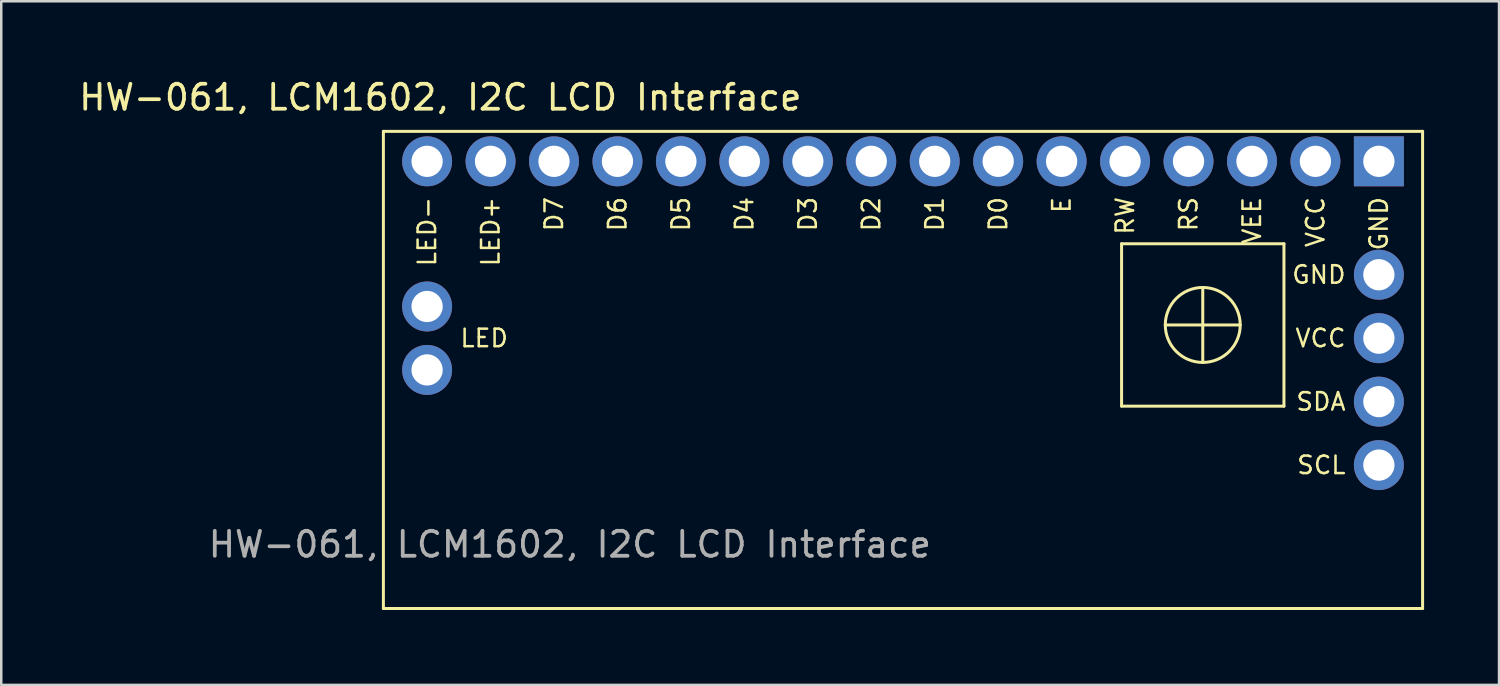
<source format=kicad_pcb>
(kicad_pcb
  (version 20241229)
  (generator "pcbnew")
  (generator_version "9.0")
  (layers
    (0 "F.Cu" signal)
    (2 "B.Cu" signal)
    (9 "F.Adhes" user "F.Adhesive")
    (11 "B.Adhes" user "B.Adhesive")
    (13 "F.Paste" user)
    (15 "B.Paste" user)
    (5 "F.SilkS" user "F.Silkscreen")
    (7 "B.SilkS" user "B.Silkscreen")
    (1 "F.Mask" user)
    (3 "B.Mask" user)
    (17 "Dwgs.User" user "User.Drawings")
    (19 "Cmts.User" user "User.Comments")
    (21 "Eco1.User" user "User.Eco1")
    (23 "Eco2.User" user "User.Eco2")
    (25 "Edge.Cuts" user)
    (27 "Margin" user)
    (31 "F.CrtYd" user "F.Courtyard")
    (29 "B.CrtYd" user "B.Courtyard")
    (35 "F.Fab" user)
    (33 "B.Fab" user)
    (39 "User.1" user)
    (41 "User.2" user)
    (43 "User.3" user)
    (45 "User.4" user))
  (footprint "HW-061, LCM1602, I2C LCD Interface"
    (layer "F.Cu")
    (at 33.097 11.758)
    (property "Reference" "HW-061, LCM1602, I2C LCD Interface" (at -18.52 -10.91 0) (unlocked yes) (layer "F.SilkS") (effects (font (size 1 1) (thickness 0.15))))
    (attr through_hole)
    (fp_line (start -20.8 -9.55) (end 20.8 -9.55) (stroke (width 0.12) (type default)) (layer "F.SilkS"))
    (fp_line (start -20.8 9.55) (end -20.8 -9.55) (stroke (width 0.12) (type default)) (layer "F.SilkS"))
    (fp_line (start 8.75 -5.05) (end 15.25 -5.05) (stroke (width 0.12) (type default)) (layer "F.SilkS"))
    (fp_line (start 8.75 1.45) (end 8.75 -5.05) (stroke (width 0.12) (type default)) (layer "F.SilkS"))
    (fp_line (start 10.5 -1.8) (end 13.5 -1.8) (stroke (width 0.12) (type default)) (layer "F.SilkS"))
    (fp_line (start 12 -3.3) (end 12 -0.3) (stroke (width 0.12) (type default)) (layer "F.SilkS"))
    (fp_line (start 15.25 -5.05) (end 15.25 1.45) (stroke (width 0.12) (type default)) (layer "F.SilkS"))
    (fp_line (start 15.25 1.45) (end 8.75 1.45) (stroke (width 0.12) (type default)) (layer "F.SilkS"))
    (fp_line (start 20.8 -9.55) (end 20.8 9.55) (stroke (width 0.12) (type default)) (layer "F.SilkS"))
    (fp_line (start 20.8 9.55) (end -20.8 9.55) (stroke (width 0.12) (type default)) (layer "F.SilkS"))
    (fp_circle (center 12 -1.8) (end 13.5 -1.8) (stroke (width 0.12) (type default)) (fill no) (layer "F.SilkS"))
    (fp_text user "VCC" (at 16.51 -6.985 90) (unlocked yes) (layer "F.SilkS") (effects (font (size 0.7 0.7) (thickness 0.1)) (justify right)))
    (fp_text user "E" (at 6.35 -6.985 90) (unlocked yes) (layer "F.SilkS") (effects (font (size 0.7 0.7) (thickness 0.1)) (justify right)))
    (fp_text user "D6" (at -11.43 -6.985 90) (unlocked yes) (layer "F.SilkS") (effects (font (size 0.7 0.7) (thickness 0.1)) (justify right)))
    (fp_text user "LED+" (at -16.51 -6.985 90) (unlocked yes) (layer "F.SilkS") (effects (font (size 0.7 0.7) (thickness 0.1)) (justify right)))
    (fp_text user "GND" (at 19.05 -6.985 90) (unlocked yes) (layer "F.SilkS") (effects (font (size 0.7 0.7) (thickness 0.1)) (justify right)))
    (fp_text user "D7" (at -13.97 -6.985 90) (unlocked yes) (layer "F.SilkS") (effects (font (size 0.7 0.7) (thickness 0.1)) (justify right)))
    (fp_text user "SDA" (at 17.78 1.27 0) (unlocked yes) (layer "F.SilkS") (effects (font (size 0.7 0.7) (thickness 0.1)) (justify right)))
    (fp_text user "LED-" (at -19.05 -6.985 90) (unlocked yes) (layer "F.SilkS") (effects (font (size 0.7 0.7) (thickness 0.1)) (justify right)))
    (fp_text user "D5" (at -8.89 -6.985 90) (unlocked yes) (layer "F.SilkS") (effects (font (size 0.7 0.7) (thickness 0.1)) (justify right)))
    (fp_text user "VCC" (at 17.78 -1.27 0) (unlocked yes) (layer "F.SilkS") (effects (font (size 0.7 0.7) (thickness 0.1)) (justify right)))
    (fp_text user "D2" (at -1.27 -6.985 90) (unlocked yes) (layer "F.SilkS") (effects (font (size 0.7 0.7) (thickness 0.1)) (justify right)))
    (fp_text user "SCL" (at 17.78 3.81 0) (unlocked yes) (layer "F.SilkS") (effects (font (size 0.7 0.7) (thickness 0.1)) (justify right)))
    (fp_text user "D0" (at 3.81 -6.985 90) (unlocked yes) (layer "F.SilkS") (effects (font (size 0.7 0.7) (thickness 0.1)) (justify right)))
    (fp_text user "RS" (at 11.43 -6.985 90) (unlocked yes) (layer "F.SilkS") (effects (font (size 0.7 0.7) (thickness 0.1)) (justify right)))
    (fp_text user "D3" (at -3.81 -6.985 90) (unlocked yes) (layer "F.SilkS") (effects (font (size 0.7 0.7) (thickness 0.1)) (justify right)))
    (fp_text user "VEE" (at 13.97 -6.985 90) (unlocked yes) (layer "F.SilkS") (effects (font (size 0.7 0.7) (thickness 0.1)) (justify right)))
    (fp_text user "D1" (at 1.27 -6.985 90) (unlocked yes) (layer "F.SilkS") (effects (font (size 0.7 0.7) (thickness 0.1)) (justify right)))
    (fp_text user "GND" (at 17.78 -3.81 0) (unlocked yes) (layer "F.SilkS") (effects (font (size 0.7 0.7) (thickness 0.1)) (justify right)))
    (fp_text user "LED" (at -17.78 -1.27 0) (unlocked yes) (layer "F.SilkS") (effects (font (size 0.7 0.7) (thickness 0.1)) (justify left)))
    (fp_text user "D4" (at -6.35 -6.985 90) (unlocked yes) (layer "F.SilkS") (effects (font (size 0.7 0.7) (thickness 0.1)) (justify right)))
    (fp_text user "RW" (at 8.89 -6.985 90) (unlocked yes) (layer "F.SilkS") (effects (font (size 0.7 0.7) (thickness 0.1)) (justify right)))
    (fp_text user "${REFERENCE}" (at -13.335 6.985 0) (unlocked yes) (layer "F.Fab") (effects (font (size 1 1) (thickness 0.15))))
    (pad "1" thru_hole rect (at 19.05 -8.35) (size 2 2) (drill 1.25) (layers "*.Cu" "*.Mask"))
    (pad "2" thru_hole circle (at 16.51 -8.35) (size 2 2) (drill 1.25) (layers "*.Cu" "*.Mask"))
    (pad "3" thru_hole circle (at 13.97 -8.35) (size 2 2) (drill 1.25) (layers "*.Cu" "*.Mask"))
    (pad "4" thru_hole circle (at 11.43 -8.35) (size 2 2) (drill 1.25) (layers "*.Cu" "*.Mask"))
    (pad "5" thru_hole circle (at 8.89 -8.35) (size 2 2) (drill 1.25) (layers "*.Cu" "*.Mask"))
    (pad "6" thru_hole circle (at 6.35 -8.35) (size 2 2) (drill 1.25) (layers "*.Cu" "*.Mask"))
    (pad "7" thru_hole circle (at 3.81 -8.35) (size 2 2) (drill 1.25) (layers "*.Cu" "*.Mask"))
    (pad "8" thru_hole circle (at 1.27 -8.35) (size 2 2) (drill 1.25) (layers "*.Cu" "*.Mask"))
    (pad "9" thru_hole circle (at -1.27 -8.35) (size 2 2) (drill 1.25) (layers "*.Cu" "*.Mask"))
    (pad "10" thru_hole circle (at -3.81 -8.35) (size 2 2) (drill 1.25) (layers "*.Cu" "*.Mask"))
    (pad "11" thru_hole circle (at -6.35 -8.35) (size 2 2) (drill 1.25) (layers "*.Cu" "*.Mask"))
    (pad "12" thru_hole circle (at -8.89 -8.35) (size 2 2) (drill 1.25) (layers "*.Cu" "*.Mask"))
    (pad "13" thru_hole circle (at -11.43 -8.35) (size 2 2) (drill 1.25) (layers "*.Cu" "*.Mask"))
    (pad "14" thru_hole circle (at -13.97 -8.35) (size 2 2) (drill 1.25) (layers "*.Cu" "*.Mask"))
    (pad "15" thru_hole circle (at -16.51 -8.35) (size 2 2) (drill 1.25) (layers "*.Cu" "*.Mask"))
    (pad "16" thru_hole circle (at -19.05 -8.35) (size 2 2) (drill 1.25) (layers "*.Cu" "*.Mask"))
    (pad "17" thru_hole circle (at 19.05 -3.81) (size 2 2) (drill 1.25) (layers "*.Cu" "*.Mask"))
    (pad "18" thru_hole circle (at 19.05 -1.27) (size 2 2) (drill 1.25) (layers "*.Cu" "*.Mask"))
    (pad "19" thru_hole circle (at 19.05 1.27) (size 2 2) (drill 1.25) (layers "*.Cu" "*.Mask"))
    (pad "20" thru_hole circle (at 19.05 3.81) (size 2 2) (drill 1.25) (layers "*.Cu" "*.Mask"))
    (pad "21" thru_hole circle (at -19.05 0) (size 2 2) (drill 1.25) (layers "*.Cu" "*.Mask"))
    (pad "22" thru_hole circle (at -19.05 -2.54) (size 2 2) (drill 1.25) (layers "*.Cu" "*.Mask")))
  (gr_rect
    (start -3 -3)
    (end 56.957 24.368)
    (stroke (width 0.1) (type default))
    (fill no)
    (layer "Edge.Cuts")))
</source>
